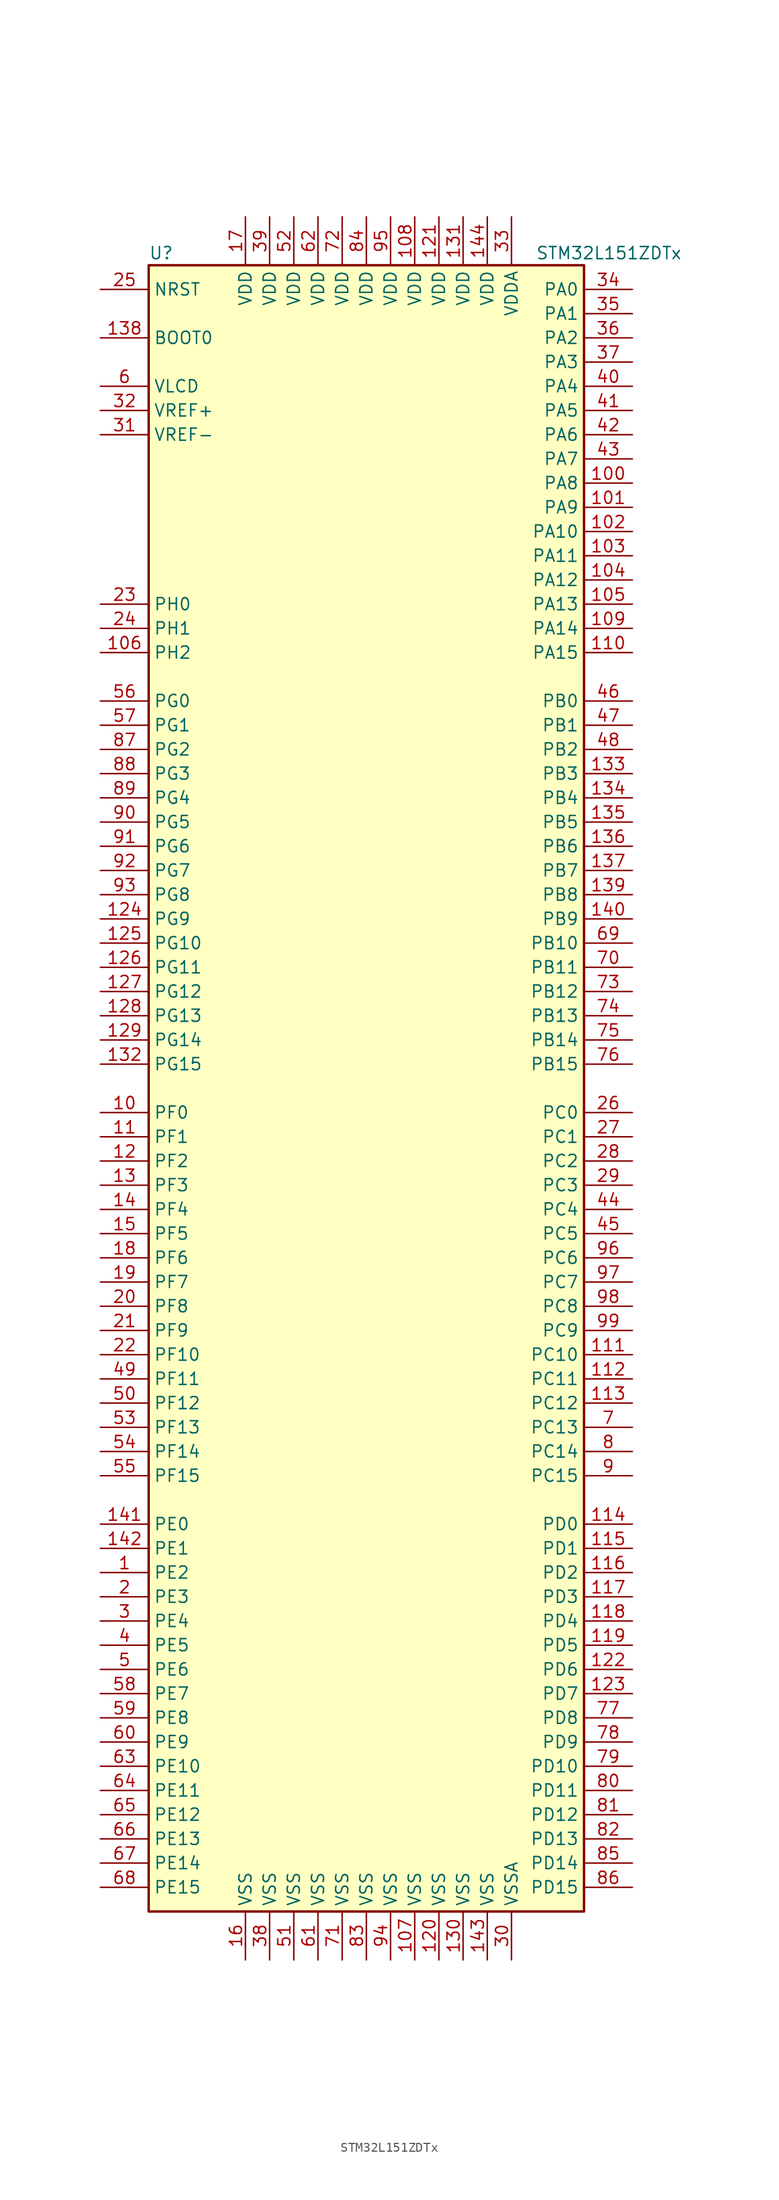
<source format=kicad_sym>
(kicad_symbol_lib
  (version 20201005)
  (generator kicad_symbol_editor)
  (symbol "STM32L151ZDTx"
    (property "Reference" "U"
      (at -22.86 87.63 0)
      (effects (font (size 1.27 1.27)) (justify left)))
    (property "Value" "STM32L151ZDTx"
      (at 17.78 87.63 0)
      (effects (font (size 1.27 1.27)) (justify left)))
    (symbol "STM32L151ZDTx_0_1"
      (rectangle (start -22.86 -86.36) (end 22.86 86.36) (stroke (width 0.254)) (fill (type background))))
    (symbol "STM32L151ZDTx_1_1"
      (pin bidirectional line (at -27.94 -50.8 0) (length 5.08) (name "PE2" (effects (font (size 1.27 1.27)))) (number "1" (effects (font (size 1.27 1.27)))))
      (pin bidirectional line (at -27.94 -2.54 0) (length 5.08) (name "PF0" (effects (font (size 1.27 1.27)))) (number "10" (effects (font (size 1.27 1.27)))))
      (pin bidirectional line (at 27.94 63.5 180) (length 5.08) (name "PA8" (effects (font (size 1.27 1.27)))) (number "100" (effects (font (size 1.27 1.27)))))
      (pin bidirectional line (at 27.94 60.96 180) (length 5.08) (name "PA9" (effects (font (size 1.27 1.27)))) (number "101" (effects (font (size 1.27 1.27)))))
      (pin bidirectional line (at 27.94 58.42 180) (length 5.08) (name "PA10" (effects (font (size 1.27 1.27)))) (number "102" (effects (font (size 1.27 1.27)))))
      (pin bidirectional line (at 27.94 55.88 180) (length 5.08) (name "PA11" (effects (font (size 1.27 1.27)))) (number "103" (effects (font (size 1.27 1.27)))))
      (pin bidirectional line (at 27.94 53.34 180) (length 5.08) (name "PA12" (effects (font (size 1.27 1.27)))) (number "104" (effects (font (size 1.27 1.27)))))
      (pin bidirectional line (at 27.94 50.8 180) (length 5.08) (name "PA13" (effects (font (size 1.27 1.27)))) (number "105" (effects (font (size 1.27 1.27)))))
      (pin bidirectional line (at -27.94 45.72 0) (length 5.08) (name "PH2" (effects (font (size 1.27 1.27)))) (number "106" (effects (font (size 1.27 1.27)))))
      (pin power_in line (at 5.08 -91.44 90) (length 5.08) (name "VSS" (effects (font (size 1.27 1.27)))) (number "107" (effects (font (size 1.27 1.27)))))
      (pin power_in line (at 5.08 91.44 270) (length 5.08) (name "VDD" (effects (font (size 1.27 1.27)))) (number "108" (effects (font (size 1.27 1.27)))))
      (pin bidirectional line (at 27.94 48.26 180) (length 5.08) (name "PA14" (effects (font (size 1.27 1.27)))) (number "109" (effects (font (size 1.27 1.27)))))
      (pin bidirectional line (at -27.94 -5.08 0) (length 5.08) (name "PF1" (effects (font (size 1.27 1.27)))) (number "11" (effects (font (size 1.27 1.27)))))
      (pin bidirectional line (at 27.94 45.72 180) (length 5.08) (name "PA15" (effects (font (size 1.27 1.27)))) (number "110" (effects (font (size 1.27 1.27)))))
      (pin bidirectional line (at 27.94 -27.94 180) (length 5.08) (name "PC10" (effects (font (size 1.27 1.27)))) (number "111" (effects (font (size 1.27 1.27)))))
      (pin bidirectional line (at 27.94 -30.48 180) (length 5.08) (name "PC11" (effects (font (size 1.27 1.27)))) (number "112" (effects (font (size 1.27 1.27)))))
      (pin bidirectional line (at 27.94 -33.02 180) (length 5.08) (name "PC12" (effects (font (size 1.27 1.27)))) (number "113" (effects (font (size 1.27 1.27)))))
      (pin bidirectional line (at 27.94 -45.72 180) (length 5.08) (name "PD0" (effects (font (size 1.27 1.27)))) (number "114" (effects (font (size 1.27 1.27)))))
      (pin bidirectional line (at 27.94 -48.26 180) (length 5.08) (name "PD1" (effects (font (size 1.27 1.27)))) (number "115" (effects (font (size 1.27 1.27)))))
      (pin bidirectional line (at 27.94 -50.8 180) (length 5.08) (name "PD2" (effects (font (size 1.27 1.27)))) (number "116" (effects (font (size 1.27 1.27)))))
      (pin bidirectional line (at 27.94 -53.34 180) (length 5.08) (name "PD3" (effects (font (size 1.27 1.27)))) (number "117" (effects (font (size 1.27 1.27)))))
      (pin bidirectional line (at 27.94 -55.88 180) (length 5.08) (name "PD4" (effects (font (size 1.27 1.27)))) (number "118" (effects (font (size 1.27 1.27)))))
      (pin bidirectional line (at 27.94 -58.42 180) (length 5.08) (name "PD5" (effects (font (size 1.27 1.27)))) (number "119" (effects (font (size 1.27 1.27)))))
      (pin bidirectional line (at -27.94 -7.62 0) (length 5.08) (name "PF2" (effects (font (size 1.27 1.27)))) (number "12" (effects (font (size 1.27 1.27)))))
      (pin power_in line (at 7.62 -91.44 90) (length 5.08) (name "VSS" (effects (font (size 1.27 1.27)))) (number "120" (effects (font (size 1.27 1.27)))))
      (pin power_in line (at 7.62 91.44 270) (length 5.08) (name "VDD" (effects (font (size 1.27 1.27)))) (number "121" (effects (font (size 1.27 1.27)))))
      (pin bidirectional line (at 27.94 -60.96 180) (length 5.08) (name "PD6" (effects (font (size 1.27 1.27)))) (number "122" (effects (font (size 1.27 1.27)))))
      (pin bidirectional line (at 27.94 -63.5 180) (length 5.08) (name "PD7" (effects (font (size 1.27 1.27)))) (number "123" (effects (font (size 1.27 1.27)))))
      (pin bidirectional line (at -27.94 17.78 0) (length 5.08) (name "PG9" (effects (font (size 1.27 1.27)))) (number "124" (effects (font (size 1.27 1.27)))))
      (pin bidirectional line (at -27.94 15.24 0) (length 5.08) (name "PG10" (effects (font (size 1.27 1.27)))) (number "125" (effects (font (size 1.27 1.27)))))
      (pin bidirectional line (at -27.94 12.7 0) (length 5.08) (name "PG11" (effects (font (size 1.27 1.27)))) (number "126" (effects (font (size 1.27 1.27)))))
      (pin bidirectional line (at -27.94 10.16 0) (length 5.08) (name "PG12" (effects (font (size 1.27 1.27)))) (number "127" (effects (font (size 1.27 1.27)))))
      (pin bidirectional line (at -27.94 7.62 0) (length 5.08) (name "PG13" (effects (font (size 1.27 1.27)))) (number "128" (effects (font (size 1.27 1.27)))))
      (pin bidirectional line (at -27.94 5.08 0) (length 5.08) (name "PG14" (effects (font (size 1.27 1.27)))) (number "129" (effects (font (size 1.27 1.27)))))
      (pin bidirectional line (at -27.94 -10.16 0) (length 5.08) (name "PF3" (effects (font (size 1.27 1.27)))) (number "13" (effects (font (size 1.27 1.27)))))
      (pin power_in line (at 10.16 -91.44 90) (length 5.08) (name "VSS" (effects (font (size 1.27 1.27)))) (number "130" (effects (font (size 1.27 1.27)))))
      (pin power_in line (at 10.16 91.44 270) (length 5.08) (name "VDD" (effects (font (size 1.27 1.27)))) (number "131" (effects (font (size 1.27 1.27)))))
      (pin bidirectional line (at -27.94 2.54 0) (length 5.08) (name "PG15" (effects (font (size 1.27 1.27)))) (number "132" (effects (font (size 1.27 1.27)))))
      (pin bidirectional line (at 27.94 33.02 180) (length 5.08) (name "PB3" (effects (font (size 1.27 1.27)))) (number "133" (effects (font (size 1.27 1.27)))))
      (pin bidirectional line (at 27.94 30.48 180) (length 5.08) (name "PB4" (effects (font (size 1.27 1.27)))) (number "134" (effects (font (size 1.27 1.27)))))
      (pin bidirectional line (at 27.94 27.94 180) (length 5.08) (name "PB5" (effects (font (size 1.27 1.27)))) (number "135" (effects (font (size 1.27 1.27)))))
      (pin bidirectional line (at 27.94 25.4 180) (length 5.08) (name "PB6" (effects (font (size 1.27 1.27)))) (number "136" (effects (font (size 1.27 1.27)))))
      (pin bidirectional line (at 27.94 22.86 180) (length 5.08) (name "PB7" (effects (font (size 1.27 1.27)))) (number "137" (effects (font (size 1.27 1.27)))))
      (pin input line (at -27.94 78.74 0) (length 5.08) (name "BOOT0" (effects (font (size 1.27 1.27)))) (number "138" (effects (font (size 1.27 1.27)))))
      (pin bidirectional line (at 27.94 20.32 180) (length 5.08) (name "PB8" (effects (font (size 1.27 1.27)))) (number "139" (effects (font (size 1.27 1.27)))))
      (pin bidirectional line (at -27.94 -12.7 0) (length 5.08) (name "PF4" (effects (font (size 1.27 1.27)))) (number "14" (effects (font (size 1.27 1.27)))))
      (pin bidirectional line (at 27.94 17.78 180) (length 5.08) (name "PB9" (effects (font (size 1.27 1.27)))) (number "140" (effects (font (size 1.27 1.27)))))
      (pin bidirectional line (at -27.94 -45.72 0) (length 5.08) (name "PE0" (effects (font (size 1.27 1.27)))) (number "141" (effects (font (size 1.27 1.27)))))
      (pin bidirectional line (at -27.94 -48.26 0) (length 5.08) (name "PE1" (effects (font (size 1.27 1.27)))) (number "142" (effects (font (size 1.27 1.27)))))
      (pin power_in line (at 12.7 -91.44 90) (length 5.08) (name "VSS" (effects (font (size 1.27 1.27)))) (number "143" (effects (font (size 1.27 1.27)))))
      (pin power_in line (at 12.7 91.44 270) (length 5.08) (name "VDD" (effects (font (size 1.27 1.27)))) (number "144" (effects (font (size 1.27 1.27)))))
      (pin bidirectional line (at -27.94 -15.24 0) (length 5.08) (name "PF5" (effects (font (size 1.27 1.27)))) (number "15" (effects (font (size 1.27 1.27)))))
      (pin power_in line (at -12.7 -91.44 90) (length 5.08) (name "VSS" (effects (font (size 1.27 1.27)))) (number "16" (effects (font (size 1.27 1.27)))))
      (pin power_in line (at -12.7 91.44 270) (length 5.08) (name "VDD" (effects (font (size 1.27 1.27)))) (number "17" (effects (font (size 1.27 1.27)))))
      (pin bidirectional line (at -27.94 -17.78 0) (length 5.08) (name "PF6" (effects (font (size 1.27 1.27)))) (number "18" (effects (font (size 1.27 1.27)))))
      (pin bidirectional line (at -27.94 -20.32 0) (length 5.08) (name "PF7" (effects (font (size 1.27 1.27)))) (number "19" (effects (font (size 1.27 1.27)))))
      (pin bidirectional line (at -27.94 -53.34 0) (length 5.08) (name "PE3" (effects (font (size 1.27 1.27)))) (number "2" (effects (font (size 1.27 1.27)))))
      (pin bidirectional line (at -27.94 -22.86 0) (length 5.08) (name "PF8" (effects (font (size 1.27 1.27)))) (number "20" (effects (font (size 1.27 1.27)))))
      (pin bidirectional line (at -27.94 -25.4 0) (length 5.08) (name "PF9" (effects (font (size 1.27 1.27)))) (number "21" (effects (font (size 1.27 1.27)))))
      (pin bidirectional line (at -27.94 -27.94 0) (length 5.08) (name "PF10" (effects (font (size 1.27 1.27)))) (number "22" (effects (font (size 1.27 1.27)))))
      (pin input line (at -27.94 50.8 0) (length 5.08) (name "PH0" (effects (font (size 1.27 1.27)))) (number "23" (effects (font (size 1.27 1.27)))))
      (pin input line (at -27.94 48.26 0) (length 5.08) (name "PH1" (effects (font (size 1.27 1.27)))) (number "24" (effects (font (size 1.27 1.27)))))
      (pin input line (at -27.94 83.82 0) (length 5.08) (name "NRST" (effects (font (size 1.27 1.27)))) (number "25" (effects (font (size 1.27 1.27)))))
      (pin bidirectional line (at 27.94 -2.54 180) (length 5.08) (name "PC0" (effects (font (size 1.27 1.27)))) (number "26" (effects (font (size 1.27 1.27)))))
      (pin bidirectional line (at 27.94 -5.08 180) (length 5.08) (name "PC1" (effects (font (size 1.27 1.27)))) (number "27" (effects (font (size 1.27 1.27)))))
      (pin bidirectional line (at 27.94 -7.62 180) (length 5.08) (name "PC2" (effects (font (size 1.27 1.27)))) (number "28" (effects (font (size 1.27 1.27)))))
      (pin bidirectional line (at 27.94 -10.16 180) (length 5.08) (name "PC3" (effects (font (size 1.27 1.27)))) (number "29" (effects (font (size 1.27 1.27)))))
      (pin bidirectional line (at -27.94 -55.88 0) (length 5.08) (name "PE4" (effects (font (size 1.27 1.27)))) (number "3" (effects (font (size 1.27 1.27)))))
      (pin power_in line (at 15.24 -91.44 90) (length 5.08) (name "VSSA" (effects (font (size 1.27 1.27)))) (number "30" (effects (font (size 1.27 1.27)))))
      (pin power_in line (at -27.94 68.58 0) (length 5.08) (name "VREF-" (effects (font (size 1.27 1.27)))) (number "31" (effects (font (size 1.27 1.27)))))
      (pin power_in line (at -27.94 71.12 0) (length 5.08) (name "VREF+" (effects (font (size 1.27 1.27)))) (number "32" (effects (font (size 1.27 1.27)))))
      (pin power_in line (at 15.24 91.44 270) (length 5.08) (name "VDDA" (effects (font (size 1.27 1.27)))) (number "33" (effects (font (size 1.27 1.27)))))
      (pin bidirectional line (at 27.94 83.82 180) (length 5.08) (name "PA0" (effects (font (size 1.27 1.27)))) (number "34" (effects (font (size 1.27 1.27)))))
      (pin bidirectional line (at 27.94 81.28 180) (length 5.08) (name "PA1" (effects (font (size 1.27 1.27)))) (number "35" (effects (font (size 1.27 1.27)))))
      (pin bidirectional line (at 27.94 78.74 180) (length 5.08) (name "PA2" (effects (font (size 1.27 1.27)))) (number "36" (effects (font (size 1.27 1.27)))))
      (pin bidirectional line (at 27.94 76.2 180) (length 5.08) (name "PA3" (effects (font (size 1.27 1.27)))) (number "37" (effects (font (size 1.27 1.27)))))
      (pin power_in line (at -10.16 -91.44 90) (length 5.08) (name "VSS" (effects (font (size 1.27 1.27)))) (number "38" (effects (font (size 1.27 1.27)))))
      (pin power_in line (at -10.16 91.44 270) (length 5.08) (name "VDD" (effects (font (size 1.27 1.27)))) (number "39" (effects (font (size 1.27 1.27)))))
      (pin bidirectional line (at -27.94 -58.42 0) (length 5.08) (name "PE5" (effects (font (size 1.27 1.27)))) (number "4" (effects (font (size 1.27 1.27)))))
      (pin bidirectional line (at 27.94 73.66 180) (length 5.08) (name "PA4" (effects (font (size 1.27 1.27)))) (number "40" (effects (font (size 1.27 1.27)))))
      (pin bidirectional line (at 27.94 71.12 180) (length 5.08) (name "PA5" (effects (font (size 1.27 1.27)))) (number "41" (effects (font (size 1.27 1.27)))))
      (pin bidirectional line (at 27.94 68.58 180) (length 5.08) (name "PA6" (effects (font (size 1.27 1.27)))) (number "42" (effects (font (size 1.27 1.27)))))
      (pin bidirectional line (at 27.94 66.04 180) (length 5.08) (name "PA7" (effects (font (size 1.27 1.27)))) (number "43" (effects (font (size 1.27 1.27)))))
      (pin bidirectional line (at 27.94 -12.7 180) (length 5.08) (name "PC4" (effects (font (size 1.27 1.27)))) (number "44" (effects (font (size 1.27 1.27)))))
      (pin bidirectional line (at 27.94 -15.24 180) (length 5.08) (name "PC5" (effects (font (size 1.27 1.27)))) (number "45" (effects (font (size 1.27 1.27)))))
      (pin bidirectional line (at 27.94 40.64 180) (length 5.08) (name "PB0" (effects (font (size 1.27 1.27)))) (number "46" (effects (font (size 1.27 1.27)))))
      (pin bidirectional line (at 27.94 38.1 180) (length 5.08) (name "PB1" (effects (font (size 1.27 1.27)))) (number "47" (effects (font (size 1.27 1.27)))))
      (pin bidirectional line (at 27.94 35.56 180) (length 5.08) (name "PB2" (effects (font (size 1.27 1.27)))) (number "48" (effects (font (size 1.27 1.27)))))
      (pin bidirectional line (at -27.94 -30.48 0) (length 5.08) (name "PF11" (effects (font (size 1.27 1.27)))) (number "49" (effects (font (size 1.27 1.27)))))
      (pin bidirectional line (at -27.94 -60.96 0) (length 5.08) (name "PE6" (effects (font (size 1.27 1.27)))) (number "5" (effects (font (size 1.27 1.27)))))
      (pin bidirectional line (at -27.94 -33.02 0) (length 5.08) (name "PF12" (effects (font (size 1.27 1.27)))) (number "50" (effects (font (size 1.27 1.27)))))
      (pin power_in line (at -7.62 -91.44 90) (length 5.08) (name "VSS" (effects (font (size 1.27 1.27)))) (number "51" (effects (font (size 1.27 1.27)))))
      (pin power_in line (at -7.62 91.44 270) (length 5.08) (name "VDD" (effects (font (size 1.27 1.27)))) (number "52" (effects (font (size 1.27 1.27)))))
      (pin bidirectional line (at -27.94 -35.56 0) (length 5.08) (name "PF13" (effects (font (size 1.27 1.27)))) (number "53" (effects (font (size 1.27 1.27)))))
      (pin bidirectional line (at -27.94 -38.1 0) (length 5.08) (name "PF14" (effects (font (size 1.27 1.27)))) (number "54" (effects (font (size 1.27 1.27)))))
      (pin bidirectional line (at -27.94 -40.64 0) (length 5.08) (name "PF15" (effects (font (size 1.27 1.27)))) (number "55" (effects (font (size 1.27 1.27)))))
      (pin bidirectional line (at -27.94 40.64 0) (length 5.08) (name "PG0" (effects (font (size 1.27 1.27)))) (number "56" (effects (font (size 1.27 1.27)))))
      (pin bidirectional line (at -27.94 38.1 0) (length 5.08) (name "PG1" (effects (font (size 1.27 1.27)))) (number "57" (effects (font (size 1.27 1.27)))))
      (pin bidirectional line (at -27.94 -63.5 0) (length 5.08) (name "PE7" (effects (font (size 1.27 1.27)))) (number "58" (effects (font (size 1.27 1.27)))))
      (pin bidirectional line (at -27.94 -66.04 0) (length 5.08) (name "PE8" (effects (font (size 1.27 1.27)))) (number "59" (effects (font (size 1.27 1.27)))))
      (pin power_in line (at -27.94 73.66 0) (length 5.08) (name "VLCD" (effects (font (size 1.27 1.27)))) (number "6" (effects (font (size 1.27 1.27)))))
      (pin bidirectional line (at -27.94 -68.58 0) (length 5.08) (name "PE9" (effects (font (size 1.27 1.27)))) (number "60" (effects (font (size 1.27 1.27)))))
      (pin power_in line (at -5.08 -91.44 90) (length 5.08) (name "VSS" (effects (font (size 1.27 1.27)))) (number "61" (effects (font (size 1.27 1.27)))))
      (pin power_in line (at -5.08 91.44 270) (length 5.08) (name "VDD" (effects (font (size 1.27 1.27)))) (number "62" (effects (font (size 1.27 1.27)))))
      (pin bidirectional line (at -27.94 -71.12 0) (length 5.08) (name "PE10" (effects (font (size 1.27 1.27)))) (number "63" (effects (font (size 1.27 1.27)))))
      (pin bidirectional line (at -27.94 -73.66 0) (length 5.08) (name "PE11" (effects (font (size 1.27 1.27)))) (number "64" (effects (font (size 1.27 1.27)))))
      (pin bidirectional line (at -27.94 -76.2 0) (length 5.08) (name "PE12" (effects (font (size 1.27 1.27)))) (number "65" (effects (font (size 1.27 1.27)))))
      (pin bidirectional line (at -27.94 -78.74 0) (length 5.08) (name "PE13" (effects (font (size 1.27 1.27)))) (number "66" (effects (font (size 1.27 1.27)))))
      (pin bidirectional line (at -27.94 -81.28 0) (length 5.08) (name "PE14" (effects (font (size 1.27 1.27)))) (number "67" (effects (font (size 1.27 1.27)))))
      (pin bidirectional line (at -27.94 -83.82 0) (length 5.08) (name "PE15" (effects (font (size 1.27 1.27)))) (number "68" (effects (font (size 1.27 1.27)))))
      (pin bidirectional line (at 27.94 15.24 180) (length 5.08) (name "PB10" (effects (font (size 1.27 1.27)))) (number "69" (effects (font (size 1.27 1.27)))))
      (pin bidirectional line (at 27.94 -35.56 180) (length 5.08) (name "PC13" (effects (font (size 1.27 1.27)))) (number "7" (effects (font (size 1.27 1.27)))))
      (pin bidirectional line (at 27.94 12.7 180) (length 5.08) (name "PB11" (effects (font (size 1.27 1.27)))) (number "70" (effects (font (size 1.27 1.27)))))
      (pin power_in line (at -2.54 -91.44 90) (length 5.08) (name "VSS" (effects (font (size 1.27 1.27)))) (number "71" (effects (font (size 1.27 1.27)))))
      (pin power_in line (at -2.54 91.44 270) (length 5.08) (name "VDD" (effects (font (size 1.27 1.27)))) (number "72" (effects (font (size 1.27 1.27)))))
      (pin bidirectional line (at 27.94 10.16 180) (length 5.08) (name "PB12" (effects (font (size 1.27 1.27)))) (number "73" (effects (font (size 1.27 1.27)))))
      (pin bidirectional line (at 27.94 7.62 180) (length 5.08) (name "PB13" (effects (font (size 1.27 1.27)))) (number "74" (effects (font (size 1.27 1.27)))))
      (pin bidirectional line (at 27.94 5.08 180) (length 5.08) (name "PB14" (effects (font (size 1.27 1.27)))) (number "75" (effects (font (size 1.27 1.27)))))
      (pin bidirectional line (at 27.94 2.54 180) (length 5.08) (name "PB15" (effects (font (size 1.27 1.27)))) (number "76" (effects (font (size 1.27 1.27)))))
      (pin bidirectional line (at 27.94 -66.04 180) (length 5.08) (name "PD8" (effects (font (size 1.27 1.27)))) (number "77" (effects (font (size 1.27 1.27)))))
      (pin bidirectional line (at 27.94 -68.58 180) (length 5.08) (name "PD9" (effects (font (size 1.27 1.27)))) (number "78" (effects (font (size 1.27 1.27)))))
      (pin bidirectional line (at 27.94 -71.12 180) (length 5.08) (name "PD10" (effects (font (size 1.27 1.27)))) (number "79" (effects (font (size 1.27 1.27)))))
      (pin bidirectional line (at 27.94 -38.1 180) (length 5.08) (name "PC14" (effects (font (size 1.27 1.27)))) (number "8" (effects (font (size 1.27 1.27)))))
      (pin bidirectional line (at 27.94 -73.66 180) (length 5.08) (name "PD11" (effects (font (size 1.27 1.27)))) (number "80" (effects (font (size 1.27 1.27)))))
      (pin bidirectional line (at 27.94 -76.2 180) (length 5.08) (name "PD12" (effects (font (size 1.27 1.27)))) (number "81" (effects (font (size 1.27 1.27)))))
      (pin bidirectional line (at 27.94 -78.74 180) (length 5.08) (name "PD13" (effects (font (size 1.27 1.27)))) (number "82" (effects (font (size 1.27 1.27)))))
      (pin power_in line (at 0 -91.44 90) (length 5.08) (name "VSS" (effects (font (size 1.27 1.27)))) (number "83" (effects (font (size 1.27 1.27)))))
      (pin power_in line (at 0 91.44 270) (length 5.08) (name "VDD" (effects (font (size 1.27 1.27)))) (number "84" (effects (font (size 1.27 1.27)))))
      (pin bidirectional line (at 27.94 -81.28 180) (length 5.08) (name "PD14" (effects (font (size 1.27 1.27)))) (number "85" (effects (font (size 1.27 1.27)))))
      (pin bidirectional line (at 27.94 -83.82 180) (length 5.08) (name "PD15" (effects (font (size 1.27 1.27)))) (number "86" (effects (font (size 1.27 1.27)))))
      (pin bidirectional line (at -27.94 35.56 0) (length 5.08) (name "PG2" (effects (font (size 1.27 1.27)))) (number "87" (effects (font (size 1.27 1.27)))))
      (pin bidirectional line (at -27.94 33.02 0) (length 5.08) (name "PG3" (effects (font (size 1.27 1.27)))) (number "88" (effects (font (size 1.27 1.27)))))
      (pin bidirectional line (at -27.94 30.48 0) (length 5.08) (name "PG4" (effects (font (size 1.27 1.27)))) (number "89" (effects (font (size 1.27 1.27)))))
      (pin bidirectional line (at 27.94 -40.64 180) (length 5.08) (name "PC15" (effects (font (size 1.27 1.27)))) (number "9" (effects (font (size 1.27 1.27)))))
      (pin bidirectional line (at -27.94 27.94 0) (length 5.08) (name "PG5" (effects (font (size 1.27 1.27)))) (number "90" (effects (font (size 1.27 1.27)))))
      (pin bidirectional line (at -27.94 25.4 0) (length 5.08) (name "PG6" (effects (font (size 1.27 1.27)))) (number "91" (effects (font (size 1.27 1.27)))))
      (pin bidirectional line (at -27.94 22.86 0) (length 5.08) (name "PG7" (effects (font (size 1.27 1.27)))) (number "92" (effects (font (size 1.27 1.27)))))
      (pin bidirectional line (at -27.94 20.32 0) (length 5.08) (name "PG8" (effects (font (size 1.27 1.27)))) (number "93" (effects (font (size 1.27 1.27)))))
      (pin power_in line (at 2.54 -91.44 90) (length 5.08) (name "VSS" (effects (font (size 1.27 1.27)))) (number "94" (effects (font (size 1.27 1.27)))))
      (pin power_in line (at 2.54 91.44 270) (length 5.08) (name "VDD" (effects (font (size 1.27 1.27)))) (number "95" (effects (font (size 1.27 1.27)))))
      (pin bidirectional line (at 27.94 -17.78 180) (length 5.08) (name "PC6" (effects (font (size 1.27 1.27)))) (number "96" (effects (font (size 1.27 1.27)))))
      (pin bidirectional line (at 27.94 -20.32 180) (length 5.08) (name "PC7" (effects (font (size 1.27 1.27)))) (number "97" (effects (font (size 1.27 1.27)))))
      (pin bidirectional line (at 27.94 -22.86 180) (length 5.08) (name "PC8" (effects (font (size 1.27 1.27)))) (number "98" (effects (font (size 1.27 1.27)))))
      (pin bidirectional line (at 27.94 -25.4 180) (length 5.08) (name "PC9" (effects (font (size 1.27 1.27)))) (number "99" (effects (font (size 1.27 1.27))))))))
</source>
